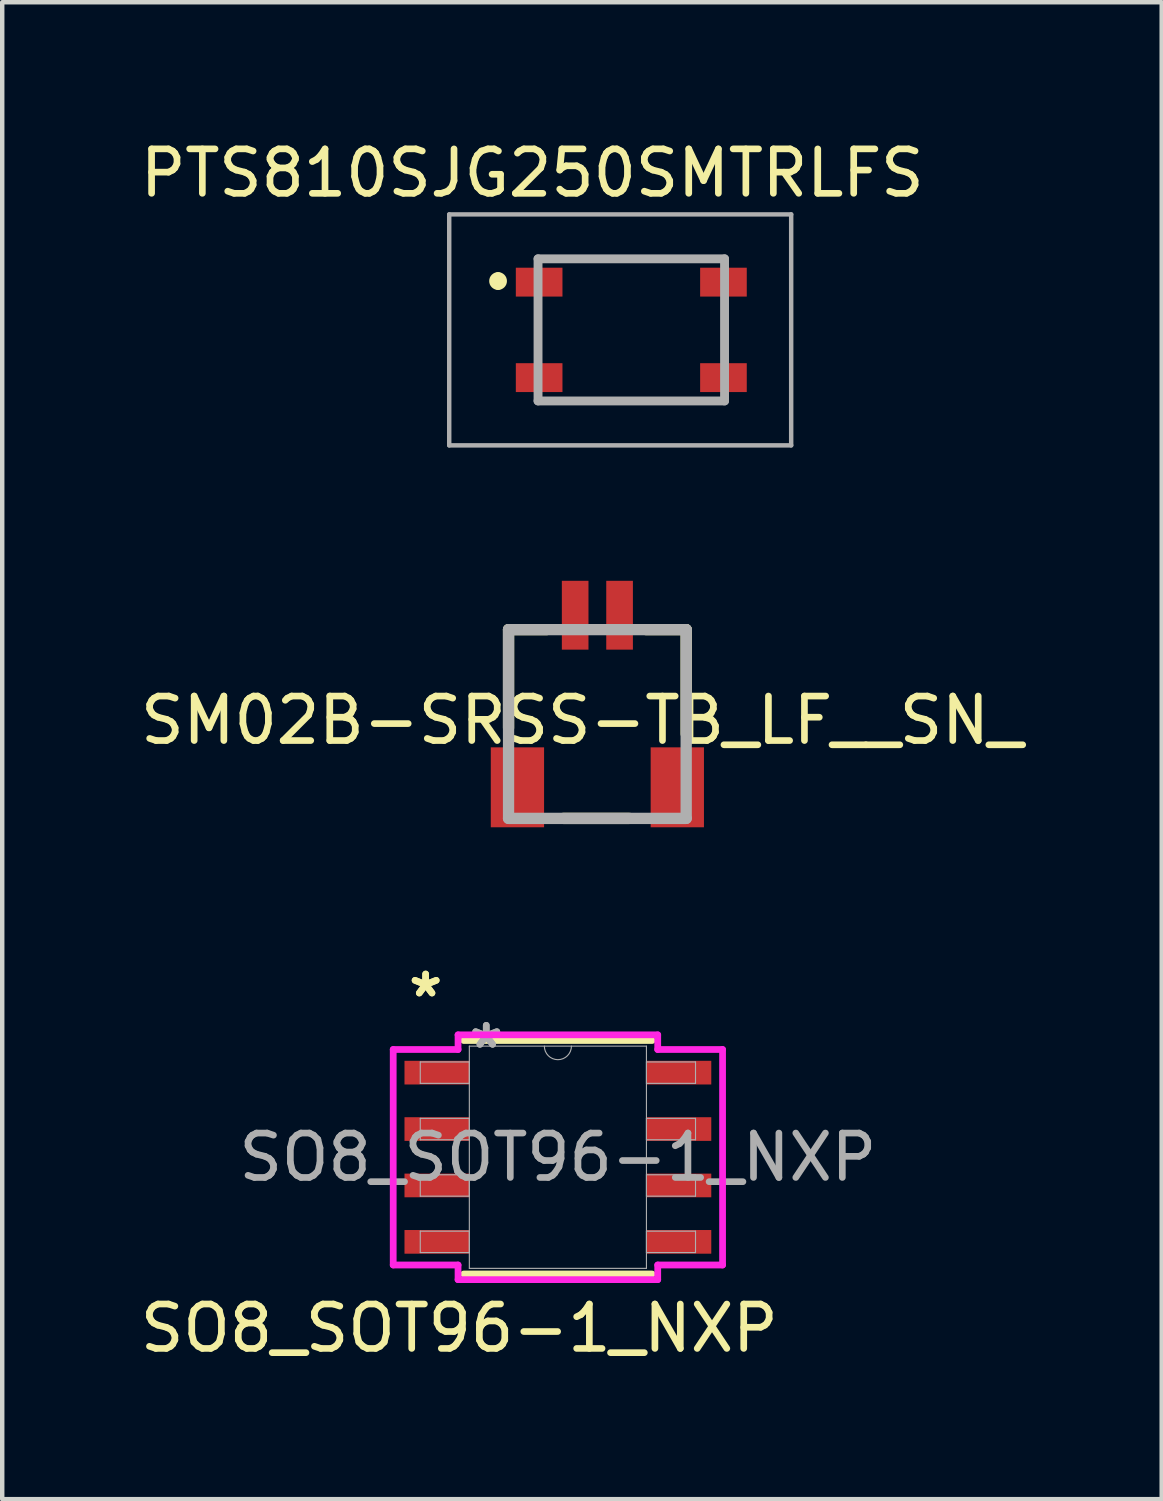
<source format=kicad_pcb>
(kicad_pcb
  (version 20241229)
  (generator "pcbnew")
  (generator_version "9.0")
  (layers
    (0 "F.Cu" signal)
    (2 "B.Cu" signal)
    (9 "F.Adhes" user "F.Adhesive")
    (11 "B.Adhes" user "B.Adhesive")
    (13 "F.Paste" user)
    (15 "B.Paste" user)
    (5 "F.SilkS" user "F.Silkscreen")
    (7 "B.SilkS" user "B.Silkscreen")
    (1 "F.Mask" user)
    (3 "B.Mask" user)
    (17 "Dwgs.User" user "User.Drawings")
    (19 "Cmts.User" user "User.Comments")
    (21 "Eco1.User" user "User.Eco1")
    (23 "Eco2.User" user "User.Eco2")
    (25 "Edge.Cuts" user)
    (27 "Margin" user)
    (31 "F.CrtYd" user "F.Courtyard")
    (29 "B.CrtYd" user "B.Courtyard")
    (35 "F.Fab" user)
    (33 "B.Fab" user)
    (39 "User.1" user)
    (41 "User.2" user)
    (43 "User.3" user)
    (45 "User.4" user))
  (footprint "PTS810SJG250SMTRLFS"
    (layer "F.Cu")
    (at 11.165 4.378)
    (property "Reference" "PTS810SJG250SMTRLFS" (at -2.23 -3.53 0) (layer "F.SilkS") (effects (font (size 1 1) (thickness 0.15))))
    (attr smd)
    (fp_line (start -2.1 -1.6) (end 2.075 -1.6) (stroke (width 0.1) (type solid)) (layer "F.SilkS"))
    (fp_line (start -2.1 1.6) (end 2.075 1.6) (stroke (width 0.1) (type solid)) (layer "F.SilkS"))
    (fp_arc (start -3 -1.2) (mid -2.9 -1.1) (end -3 -1) (stroke (width 0.2) (type solid)) (layer "F.SilkS"))
    (fp_arc (start -3 -1) (mid -3.1 -1.1) (end -3 -1.2) (stroke (width 0.2) (type solid)) (layer "F.SilkS"))
    (fp_line (start -4.1 -2.6) (end 3.6 -2.6) (stroke (width 0.1) (type solid)) (layer "F.Fab"))
    (fp_line (start -4.1 2.6) (end -4.1 -2.6) (stroke (width 0.1) (type solid)) (layer "F.Fab"))
    (fp_line (start -2.1 -1.6) (end 2.1 -1.6) (stroke (width 0.2) (type solid)) (layer "F.Fab"))
    (fp_line (start -2.1 1.6) (end -2.1 -1.6) (stroke (width 0.2) (type solid)) (layer "F.Fab"))
    (fp_line (start 2.1 -1.6) (end 2.1 1.6) (stroke (width 0.2) (type solid)) (layer "F.Fab"))
    (fp_line (start 2.1 1.6) (end -2.1 1.6) (stroke (width 0.2) (type solid)) (layer "F.Fab"))
    (fp_line (start 3.6 -2.6) (end 3.6 2.6) (stroke (width 0.1) (type solid)) (layer "F.Fab"))
    (fp_line (start 3.6 2.6) (end -4.1 2.6) (stroke (width 0.1) (type solid)) (layer "F.Fab"))
    (pad "1" smd rect (at -2.075 -1.075) (size 1.05 0.65) (layers "F.Cu" "F.Mask" "F.Paste"))
    (pad "2" smd rect (at 2.075 -1.075) (size 1.05 0.65) (layers "F.Cu" "F.Mask" "F.Paste"))
    (pad "3" smd rect (at -2.075 1.075) (size 1.05 0.65) (layers "F.Cu" "F.Mask" "F.Paste"))
    (pad "4" smd rect (at 2.075 1.075) (size 1.05 0.65) (layers "F.Cu" "F.Mask" "F.Paste")))
  (footprint "SM02B-SRSS-TB_LF__SN_"
    (layer "F.Cu")
    (at 10.401 12.778)
    (property "Reference" "SM02B-SRSS-TB_LF__SN_" (at -0.347 0.391 0) (layer "F.SilkS") (effects (font (size 1.002 1.002) (thickness 0.15))))
    (attr smd)
    (fp_line (start -2 -1.65) (end -2 0.563) (stroke (width 0.254) (type solid)) (layer "F.SilkS"))
    (fp_line (start -2 -1.65) (end -1.145 -1.65) (stroke (width 0.254) (type solid)) (layer "F.SilkS"))
    (fp_line (start -0.767 2.6) (end 0.722 2.6) (stroke (width 0.254) (type solid)) (layer "F.SilkS"))
    (fp_line (start 2 -1.65) (end 1.1 -1.65) (stroke (width 0.254) (type solid)) (layer "F.SilkS"))
    (fp_line (start 2 -1.65) (end 2 0.697) (stroke (width 0.254) (type solid)) (layer "F.SilkS"))
    (fp_line (start -2 -1.65) (end 2 -1.65) (stroke (width 0.254) (type solid)) (layer "F.Fab"))
    (fp_line (start -2 2.6) (end -2 -1.65) (stroke (width 0.254) (type solid)) (layer "F.Fab"))
    (fp_line (start 2 -1.65) (end 2 2.6) (stroke (width 0.254) (type solid)) (layer "F.Fab"))
    (fp_line (start 2 2.6) (end -2 2.6) (stroke (width 0.254) (type solid)) (layer "F.Fab"))
    (pad "1" smd rect (at -0.5 -1.975 90) (size 1.55 0.6) (layers "F.Cu" "F.Mask" "F.Paste"))
    (pad "2" smd rect (at 0.5 -1.975 90) (size 1.55 0.6) (layers "F.Cu" "F.Mask" "F.Paste"))
    (pad "3" smd rect (at -1.8 1.9 90) (size 1.8 1.2) (layers "F.Cu" "F.Mask" "F.Paste"))
    (pad "4" smd rect (at 1.8 1.9 90) (size 1.8 1.2) (layers "F.Cu" "F.Mask" "F.Paste")))
  (footprint "SO8_SOT96-1_NXP"
    (layer "F.Cu")
    (at 9.512 23.008)
    (property "Reference" "SO8_SOT96-1_NXP" (at -2.22 3.85 0) (unlocked yes) (layer "F.SilkS") (effects (font (size 1 1) (thickness 0.15))))
    (attr smd)
    (fp_line (start -2.121 2.629) (end 2.121 2.629) (stroke (width 0.152) (type solid)) (layer "F.SilkS"))
    (fp_line (start 2.121 -2.629) (end -2.121 -2.629) (stroke (width 0.152) (type solid)) (layer "F.SilkS"))
    (fp_line (start -3.708 -2.426) (end -2.248 -2.426) (stroke (width 0.152) (type solid)) (layer "F.CrtYd"))
    (fp_line (start -3.708 2.426) (end -3.708 -2.426) (stroke (width 0.152) (type solid)) (layer "F.CrtYd"))
    (fp_line (start -3.708 2.426) (end -2.248 2.426) (stroke (width 0.152) (type solid)) (layer "F.CrtYd"))
    (fp_line (start -2.248 -2.756) (end 2.248 -2.756) (stroke (width 0.152) (type solid)) (layer "F.CrtYd"))
    (fp_line (start -2.248 -2.426) (end -2.248 -2.756) (stroke (width 0.152) (type solid)) (layer "F.CrtYd"))
    (fp_line (start -2.248 2.756) (end -2.248 2.426) (stroke (width 0.152) (type solid)) (layer "F.CrtYd"))
    (fp_line (start 2.248 -2.756) (end 2.248 -2.426) (stroke (width 0.152) (type solid)) (layer "F.CrtYd"))
    (fp_line (start 2.248 2.426) (end 2.248 2.756) (stroke (width 0.152) (type solid)) (layer "F.CrtYd"))
    (fp_line (start 2.248 2.756) (end -2.248 2.756) (stroke (width 0.152) (type solid)) (layer "F.CrtYd"))
    (fp_line (start 3.708 -2.426) (end 2.248 -2.426) (stroke (width 0.152) (type solid)) (layer "F.CrtYd"))
    (fp_line (start 3.708 -2.426) (end 3.708 2.426) (stroke (width 0.152) (type solid)) (layer "F.CrtYd"))
    (fp_line (start 3.708 2.426) (end 2.248 2.426) (stroke (width 0.152) (type solid)) (layer "F.CrtYd"))
    (fp_line (start -3.099 -2.146) (end -3.099 -1.664) (stroke (width 0.025) (type solid)) (layer "F.Fab"))
    (fp_line (start -3.099 -1.664) (end -1.994 -1.664) (stroke (width 0.025) (type solid)) (layer "F.Fab"))
    (fp_line (start -3.099 -0.876) (end -3.099 -0.394) (stroke (width 0.025) (type solid)) (layer "F.Fab"))
    (fp_line (start -3.099 -0.394) (end -1.994 -0.394) (stroke (width 0.025) (type solid)) (layer "F.Fab"))
    (fp_line (start -3.099 0.394) (end -3.099 0.876) (stroke (width 0.025) (type solid)) (layer "F.Fab"))
    (fp_line (start -3.099 0.876) (end -1.994 0.876) (stroke (width 0.025) (type solid)) (layer "F.Fab"))
    (fp_line (start -3.099 1.664) (end -3.099 2.146) (stroke (width 0.025) (type solid)) (layer "F.Fab"))
    (fp_line (start -3.099 2.146) (end -1.994 2.146) (stroke (width 0.025) (type solid)) (layer "F.Fab"))
    (fp_line (start -1.994 -2.502) (end -1.994 2.502) (stroke (width 0.025) (type solid)) (layer "F.Fab"))
    (fp_line (start -1.994 -2.146) (end -3.099 -2.146) (stroke (width 0.025) (type solid)) (layer "F.Fab"))
    (fp_line (start -1.994 -1.664) (end -1.994 -2.146) (stroke (width 0.025) (type solid)) (layer "F.Fab"))
    (fp_line (start -1.994 -0.876) (end -3.099 -0.876) (stroke (width 0.025) (type solid)) (layer "F.Fab"))
    (fp_line (start -1.994 -0.394) (end -1.994 -0.876) (stroke (width 0.025) (type solid)) (layer "F.Fab"))
    (fp_line (start -1.994 0.394) (end -3.099 0.394) (stroke (width 0.025) (type solid)) (layer "F.Fab"))
    (fp_line (start -1.994 0.876) (end -1.994 0.394) (stroke (width 0.025) (type solid)) (layer "F.Fab"))
    (fp_line (start -1.994 1.664) (end -3.099 1.664) (stroke (width 0.025) (type solid)) (layer "F.Fab"))
    (fp_line (start -1.994 2.146) (end -1.994 1.664) (stroke (width 0.025) (type solid)) (layer "F.Fab"))
    (fp_line (start -1.994 2.502) (end 1.994 2.502) (stroke (width 0.025) (type solid)) (layer "F.Fab"))
    (fp_line (start 1.994 -2.502) (end -1.994 -2.502) (stroke (width 0.025) (type solid)) (layer "F.Fab"))
    (fp_line (start 1.994 -2.146) (end 1.994 -1.664) (stroke (width 0.025) (type solid)) (layer "F.Fab"))
    (fp_line (start 1.994 -1.664) (end 3.099 -1.664) (stroke (width 0.025) (type solid)) (layer "F.Fab"))
    (fp_line (start 1.994 -0.876) (end 1.994 -0.394) (stroke (width 0.025) (type solid)) (layer "F.Fab"))
    (fp_line (start 1.994 -0.394) (end 3.099 -0.394) (stroke (width 0.025) (type solid)) (layer "F.Fab"))
    (fp_line (start 1.994 0.394) (end 1.994 0.876) (stroke (width 0.025) (type solid)) (layer "F.Fab"))
    (fp_line (start 1.994 0.876) (end 3.099 0.876) (stroke (width 0.025) (type solid)) (layer "F.Fab"))
    (fp_line (start 1.994 1.664) (end 1.994 2.146) (stroke (width 0.025) (type solid)) (layer "F.Fab"))
    (fp_line (start 1.994 2.146) (end 3.099 2.146) (stroke (width 0.025) (type solid)) (layer "F.Fab"))
    (fp_line (start 1.994 2.502) (end 1.994 -2.502) (stroke (width 0.025) (type solid)) (layer "F.Fab"))
    (fp_line (start 3.099 -2.146) (end 1.994 -2.146) (stroke (width 0.025) (type solid)) (layer "F.Fab"))
    (fp_line (start 3.099 -1.664) (end 3.099 -2.146) (stroke (width 0.025) (type solid)) (layer "F.Fab"))
    (fp_line (start 3.099 -0.876) (end 1.994 -0.876) (stroke (width 0.025) (type solid)) (layer "F.Fab"))
    (fp_line (start 3.099 -0.394) (end 3.099 -0.876) (stroke (width 0.025) (type solid)) (layer "F.Fab"))
    (fp_line (start 3.099 0.394) (end 1.994 0.394) (stroke (width 0.025) (type solid)) (layer "F.Fab"))
    (fp_line (start 3.099 0.876) (end 3.099 0.394) (stroke (width 0.025) (type solid)) (layer "F.Fab"))
    (fp_line (start 3.099 1.664) (end 1.994 1.664) (stroke (width 0.025) (type solid)) (layer "F.Fab"))
    (fp_line (start 3.099 2.146) (end 3.099 1.664) (stroke (width 0.025) (type solid)) (layer "F.Fab"))
    (fp_arc (start 0.3048 -2.5019) (mid 0 -2.1971) (end -0.3048 -2.5019) (stroke (width 0.0254) (type solid)) (layer "F.Fab"))
    (fp_text user "*" (at -2.978 -3.581 0) (unlocked yes) (layer "F.SilkS") (effects (font (size 1 1) (thickness 0.15))))
    (fp_text user "*" (at -2.978 -3.581 0) (layer "F.SilkS") (effects (font (size 1 1) (thickness 0.15))))
    (fp_text user "*" (at -1.613 -2.426 0) (layer "F.Fab") (effects (font (size 1 1) (thickness 0.15))))
    (fp_text user "${REFERENCE}" (at 0 0 0) (unlocked yes) (layer "F.Fab") (effects (font (size 1 1) (thickness 0.15))))
    (fp_text user "*" (at -1.613 -2.426 0) (unlocked yes) (layer "F.Fab") (effects (font (size 1 1) (thickness 0.15))))
    (pad "1" smd rect (at -2.724 -1.905) (size 1.46 0.533) (layers "F.Cu" "F.Mask" "F.Paste"))
    (pad "2" smd rect (at -2.724 -0.635) (size 1.46 0.533) (layers "F.Cu" "F.Mask" "F.Paste"))
    (pad "3" smd rect (at -2.724 0.635) (size 1.46 0.533) (layers "F.Cu" "F.Mask" "F.Paste"))
    (pad "4" smd rect (at -2.724 1.905) (size 1.46 0.533) (layers "F.Cu" "F.Mask" "F.Paste"))
    (pad "5" smd rect (at 2.724 1.905) (size 1.46 0.533) (layers "F.Cu" "F.Mask" "F.Paste"))
    (pad "6" smd rect (at 2.724 0.635) (size 1.46 0.533) (layers "F.Cu" "F.Mask" "F.Paste"))
    (pad "7" smd rect (at 2.724 -0.635) (size 1.46 0.533) (layers "F.Cu" "F.Mask" "F.Paste"))
    (pad "8" smd rect (at 2.724 -1.905) (size 1.46 0.533) (layers "F.Cu" "F.Mask" "F.Paste")))
  (gr_rect
    (start -3 -3)
    (end 23.108 30.706)
    (stroke (width 0.1) (type default))
    (fill no)
    (layer "Edge.Cuts")))
</source>
